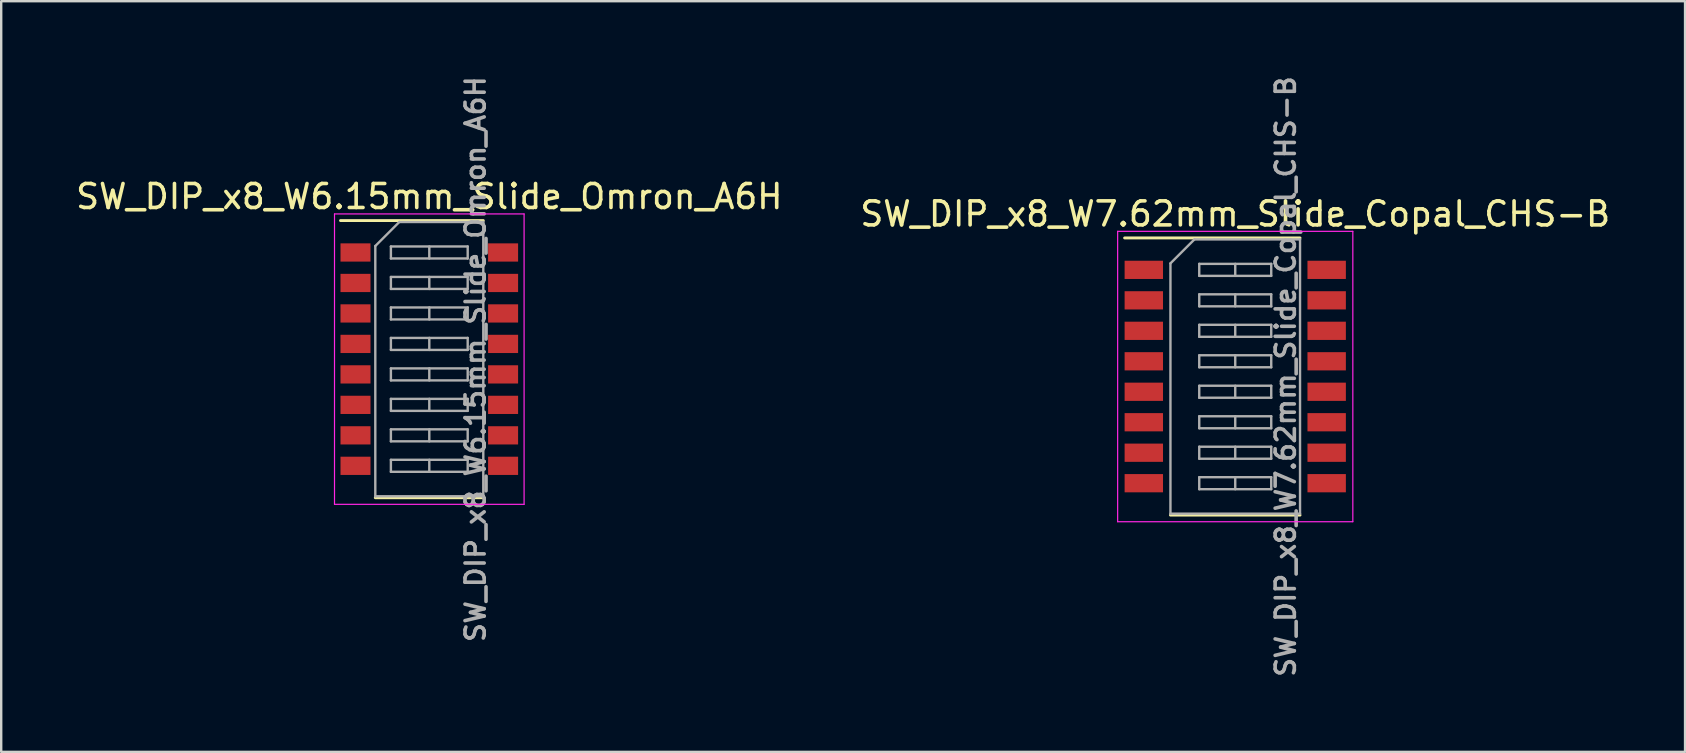
<source format=kicad_pcb>
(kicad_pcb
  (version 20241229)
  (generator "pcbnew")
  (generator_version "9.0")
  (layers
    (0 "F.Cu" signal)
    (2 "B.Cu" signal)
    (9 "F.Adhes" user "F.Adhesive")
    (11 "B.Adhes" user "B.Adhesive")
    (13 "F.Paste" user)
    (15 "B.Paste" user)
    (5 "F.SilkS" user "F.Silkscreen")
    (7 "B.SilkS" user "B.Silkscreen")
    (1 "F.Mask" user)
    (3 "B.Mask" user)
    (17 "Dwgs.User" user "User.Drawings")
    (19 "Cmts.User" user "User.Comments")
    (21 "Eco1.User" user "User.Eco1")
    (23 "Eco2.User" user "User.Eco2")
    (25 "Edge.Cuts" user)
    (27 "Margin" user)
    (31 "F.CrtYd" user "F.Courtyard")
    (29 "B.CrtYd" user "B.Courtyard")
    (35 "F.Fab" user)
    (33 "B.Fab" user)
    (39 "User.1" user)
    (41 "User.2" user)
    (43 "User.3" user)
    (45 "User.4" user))
  (footprint "SW_DIP_x8_W7.62mm_Slide_Copal_CHS-B"
    (layer "F.Cu")
    (at 48.423 12.64)
    (property "Reference" "SW_DIP_x8_W7.62mm_Slide_Copal_CHS-B" (at 0 -6.775 0) (layer "F.SilkS") (effects (font (size 1 1) (thickness 0.15))))
    (attr smd)
    (fp_line (start -4.61 -5.775) (end 2.7 -5.775) (stroke (width 0.12) (type solid)) (layer "F.SilkS"))
    (fp_line (start -2.7 5.775) (end 2.7 5.775) (stroke (width 0.12) (type solid)) (layer "F.SilkS"))
    (fp_line (start -4.9 -6.05) (end -4.9 6.05) (stroke (width 0.05) (type solid)) (layer "F.CrtYd"))
    (fp_line (start -4.9 6.05) (end 4.9 6.05) (stroke (width 0.05) (type solid)) (layer "F.CrtYd"))
    (fp_line (start 4.9 -6.05) (end -4.9 -6.05) (stroke (width 0.05) (type solid)) (layer "F.CrtYd"))
    (fp_line (start 4.9 6.05) (end 4.9 -6.05) (stroke (width 0.05) (type solid)) (layer "F.CrtYd"))
    (fp_line (start -2.7 -4.715) (end -1.7 -5.715) (stroke (width 0.1) (type solid)) (layer "F.Fab"))
    (fp_line (start -2.7 5.715) (end -2.7 -4.715) (stroke (width 0.1) (type solid)) (layer "F.Fab"))
    (fp_line (start -1.7 -5.715) (end 2.7 -5.715) (stroke (width 0.1) (type solid)) (layer "F.Fab"))
    (fp_line (start -1.5 -4.695) (end -1.5 -4.195) (stroke (width 0.1) (type solid)) (layer "F.Fab"))
    (fp_line (start -1.5 -4.195) (end 1.5 -4.195) (stroke (width 0.1) (type solid)) (layer "F.Fab"))
    (fp_line (start -1.5 -3.425) (end -1.5 -2.925) (stroke (width 0.1) (type solid)) (layer "F.Fab"))
    (fp_line (start -1.5 -2.925) (end 1.5 -2.925) (stroke (width 0.1) (type solid)) (layer "F.Fab"))
    (fp_line (start -1.5 -2.155) (end -1.5 -1.655) (stroke (width 0.1) (type solid)) (layer "F.Fab"))
    (fp_line (start -1.5 -1.655) (end 1.5 -1.655) (stroke (width 0.1) (type solid)) (layer "F.Fab"))
    (fp_line (start -1.5 -0.885) (end -1.5 -0.385) (stroke (width 0.1) (type solid)) (layer "F.Fab"))
    (fp_line (start -1.5 -0.385) (end 1.5 -0.385) (stroke (width 0.1) (type solid)) (layer "F.Fab"))
    (fp_line (start -1.5 0.385) (end -1.5 0.885) (stroke (width 0.1) (type solid)) (layer "F.Fab"))
    (fp_line (start -1.5 0.885) (end 1.5 0.885) (stroke (width 0.1) (type solid)) (layer "F.Fab"))
    (fp_line (start -1.5 1.655) (end -1.5 2.155) (stroke (width 0.1) (type solid)) (layer "F.Fab"))
    (fp_line (start -1.5 2.155) (end 1.5 2.155) (stroke (width 0.1) (type solid)) (layer "F.Fab"))
    (fp_line (start -1.5 2.925) (end -1.5 3.425) (stroke (width 0.1) (type solid)) (layer "F.Fab"))
    (fp_line (start -1.5 3.425) (end 1.5 3.425) (stroke (width 0.1) (type solid)) (layer "F.Fab"))
    (fp_line (start -1.5 4.195) (end -1.5 4.695) (stroke (width 0.1) (type solid)) (layer "F.Fab"))
    (fp_line (start -1.5 4.695) (end 1.5 4.695) (stroke (width 0.1) (type solid)) (layer "F.Fab"))
    (fp_line (start 0 -4.695) (end 0 -4.195) (stroke (width 0.1) (type solid)) (layer "F.Fab"))
    (fp_line (start 0 -3.425) (end 0 -2.925) (stroke (width 0.1) (type solid)) (layer "F.Fab"))
    (fp_line (start 0 -2.155) (end 0 -1.655) (stroke (width 0.1) (type solid)) (layer "F.Fab"))
    (fp_line (start 0 -0.885) (end 0 -0.385) (stroke (width 0.1) (type solid)) (layer "F.Fab"))
    (fp_line (start 0 0.385) (end 0 0.885) (stroke (width 0.1) (type solid)) (layer "F.Fab"))
    (fp_line (start 0 1.655) (end 0 2.155) (stroke (width 0.1) (type solid)) (layer "F.Fab"))
    (fp_line (start 0 2.925) (end 0 3.425) (stroke (width 0.1) (type solid)) (layer "F.Fab"))
    (fp_line (start 0 4.195) (end 0 4.695) (stroke (width 0.1) (type solid)) (layer "F.Fab"))
    (fp_line (start 1.5 -4.695) (end -1.5 -4.695) (stroke (width 0.1) (type solid)) (layer "F.Fab"))
    (fp_line (start 1.5 -4.195) (end 1.5 -4.695) (stroke (width 0.1) (type solid)) (layer "F.Fab"))
    (fp_line (start 1.5 -3.425) (end -1.5 -3.425) (stroke (width 0.1) (type solid)) (layer "F.Fab"))
    (fp_line (start 1.5 -2.925) (end 1.5 -3.425) (stroke (width 0.1) (type solid)) (layer "F.Fab"))
    (fp_line (start 1.5 -2.155) (end -1.5 -2.155) (stroke (width 0.1) (type solid)) (layer "F.Fab"))
    (fp_line (start 1.5 -1.655) (end 1.5 -2.155) (stroke (width 0.1) (type solid)) (layer "F.Fab"))
    (fp_line (start 1.5 -0.885) (end -1.5 -0.885) (stroke (width 0.1) (type solid)) (layer "F.Fab"))
    (fp_line (start 1.5 -0.385) (end 1.5 -0.885) (stroke (width 0.1) (type solid)) (layer "F.Fab"))
    (fp_line (start 1.5 0.385) (end -1.5 0.385) (stroke (width 0.1) (type solid)) (layer "F.Fab"))
    (fp_line (start 1.5 0.885) (end 1.5 0.385) (stroke (width 0.1) (type solid)) (layer "F.Fab"))
    (fp_line (start 1.5 1.655) (end -1.5 1.655) (stroke (width 0.1) (type solid)) (layer "F.Fab"))
    (fp_line (start 1.5 2.155) (end 1.5 1.655) (stroke (width 0.1) (type solid)) (layer "F.Fab"))
    (fp_line (start 1.5 2.925) (end -1.5 2.925) (stroke (width 0.1) (type solid)) (layer "F.Fab"))
    (fp_line (start 1.5 3.425) (end 1.5 2.925) (stroke (width 0.1) (type solid)) (layer "F.Fab"))
    (fp_line (start 1.5 4.195) (end -1.5 4.195) (stroke (width 0.1) (type solid)) (layer "F.Fab"))
    (fp_line (start 1.5 4.695) (end 1.5 4.195) (stroke (width 0.1) (type solid)) (layer "F.Fab"))
    (fp_line (start 2.7 -5.715) (end 2.7 5.715) (stroke (width 0.1) (type solid)) (layer "F.Fab"))
    (fp_line (start 2.7 5.715) (end -2.7 5.715) (stroke (width 0.1) (type solid)) (layer "F.Fab"))
    (fp_text user "${REFERENCE}" (at 2.1 0 90) (layer "F.Fab") (effects (font (size 0.8 0.8) (thickness 0.15))))
    (pad "1" smd rect (at -3.81 -4.445) (size 1.6 0.76) (layers "F.Cu" "F.Mask" "F.Paste"))
    (pad "2" smd rect (at -3.81 -3.175) (size 1.6 0.76) (layers "F.Cu" "F.Mask" "F.Paste"))
    (pad "3" smd rect (at -3.81 -1.905) (size 1.6 0.76) (layers "F.Cu" "F.Mask" "F.Paste"))
    (pad "4" smd rect (at -3.81 -0.635) (size 1.6 0.76) (layers "F.Cu" "F.Mask" "F.Paste"))
    (pad "5" smd rect (at -3.81 0.635) (size 1.6 0.76) (layers "F.Cu" "F.Mask" "F.Paste"))
    (pad "6" smd rect (at -3.81 1.905) (size 1.6 0.76) (layers "F.Cu" "F.Mask" "F.Paste"))
    (pad "7" smd rect (at -3.81 3.175) (size 1.6 0.76) (layers "F.Cu" "F.Mask" "F.Paste"))
    (pad "8" smd rect (at -3.81 4.445) (size 1.6 0.76) (layers "F.Cu" "F.Mask" "F.Paste"))
    (pad "9" smd rect (at 3.81 4.445) (size 1.6 0.76) (layers "F.Cu" "F.Mask" "F.Paste"))
    (pad "10" smd rect (at 3.81 3.175) (size 1.6 0.76) (layers "F.Cu" "F.Mask" "F.Paste"))
    (pad "11" smd rect (at 3.81 1.905) (size 1.6 0.76) (layers "F.Cu" "F.Mask" "F.Paste"))
    (pad "12" smd rect (at 3.81 0.635) (size 1.6 0.76) (layers "F.Cu" "F.Mask" "F.Paste"))
    (pad "13" smd rect (at 3.81 -0.635) (size 1.6 0.76) (layers "F.Cu" "F.Mask" "F.Paste"))
    (pad "14" smd rect (at 3.81 -1.905) (size 1.6 0.76) (layers "F.Cu" "F.Mask" "F.Paste"))
    (pad "15" smd rect (at 3.81 -3.175) (size 1.6 0.76) (layers "F.Cu" "F.Mask" "F.Paste"))
    (pad "16" smd rect (at 3.81 -4.445) (size 1.6 0.76) (layers "F.Cu" "F.Mask" "F.Paste")))
  (footprint "SW_DIP_x8_W6.15mm_Slide_Omron_A6H"
    (layer "F.Cu")
    (at 14.839 11.916)
    (property "Reference" "SW_DIP_x8_W6.15mm_Slide_Omron_A6H" (at 0 -6.775 0) (layer "F.SilkS") (effects (font (size 1 1) (thickness 0.15))))
    (attr smd)
    (fp_line (start -3.7 -5.775) (end 2.25 -5.775) (stroke (width 0.12) (type solid)) (layer "F.SilkS"))
    (fp_line (start -2.25 5.775) (end 2.25 5.775) (stroke (width 0.12) (type solid)) (layer "F.SilkS"))
    (fp_line (start -3.95 -6.05) (end -3.95 6.05) (stroke (width 0.05) (type solid)) (layer "F.CrtYd"))
    (fp_line (start -3.95 6.05) (end 3.95 6.05) (stroke (width 0.05) (type solid)) (layer "F.CrtYd"))
    (fp_line (start 3.95 -6.05) (end -3.95 -6.05) (stroke (width 0.05) (type solid)) (layer "F.CrtYd"))
    (fp_line (start 3.95 6.05) (end 3.95 -6.05) (stroke (width 0.05) (type solid)) (layer "F.CrtYd"))
    (fp_line (start -2.25 -4.715) (end -1.25 -5.715) (stroke (width 0.1) (type solid)) (layer "F.Fab"))
    (fp_line (start -2.25 5.715) (end -2.25 -4.715) (stroke (width 0.1) (type solid)) (layer "F.Fab"))
    (fp_line (start -1.6 -4.695) (end -1.6 -4.195) (stroke (width 0.1) (type solid)) (layer "F.Fab"))
    (fp_line (start -1.6 -4.195) (end 1.6 -4.195) (stroke (width 0.1) (type solid)) (layer "F.Fab"))
    (fp_line (start -1.6 -3.425) (end -1.6 -2.925) (stroke (width 0.1) (type solid)) (layer "F.Fab"))
    (fp_line (start -1.6 -2.925) (end 1.6 -2.925) (stroke (width 0.1) (type solid)) (layer "F.Fab"))
    (fp_line (start -1.6 -2.155) (end -1.6 -1.655) (stroke (width 0.1) (type solid)) (layer "F.Fab"))
    (fp_line (start -1.6 -1.655) (end 1.6 -1.655) (stroke (width 0.1) (type solid)) (layer "F.Fab"))
    (fp_line (start -1.6 -0.885) (end -1.6 -0.385) (stroke (width 0.1) (type solid)) (layer "F.Fab"))
    (fp_line (start -1.6 -0.385) (end 1.6 -0.385) (stroke (width 0.1) (type solid)) (layer "F.Fab"))
    (fp_line (start -1.6 0.385) (end -1.6 0.885) (stroke (width 0.1) (type solid)) (layer "F.Fab"))
    (fp_line (start -1.6 0.885) (end 1.6 0.885) (stroke (width 0.1) (type solid)) (layer "F.Fab"))
    (fp_line (start -1.6 1.655) (end -1.6 2.155) (stroke (width 0.1) (type solid)) (layer "F.Fab"))
    (fp_line (start -1.6 2.155) (end 1.6 2.155) (stroke (width 0.1) (type solid)) (layer "F.Fab"))
    (fp_line (start -1.6 2.925) (end -1.6 3.425) (stroke (width 0.1) (type solid)) (layer "F.Fab"))
    (fp_line (start -1.6 3.425) (end 1.6 3.425) (stroke (width 0.1) (type solid)) (layer "F.Fab"))
    (fp_line (start -1.6 4.195) (end -1.6 4.695) (stroke (width 0.1) (type solid)) (layer "F.Fab"))
    (fp_line (start -1.6 4.695) (end 1.6 4.695) (stroke (width 0.1) (type solid)) (layer "F.Fab"))
    (fp_line (start -1.25 -5.715) (end 2.25 -5.715) (stroke (width 0.1) (type solid)) (layer "F.Fab"))
    (fp_line (start 0 -4.695) (end 0 -4.195) (stroke (width 0.1) (type solid)) (layer "F.Fab"))
    (fp_line (start 0 -3.425) (end 0 -2.925) (stroke (width 0.1) (type solid)) (layer "F.Fab"))
    (fp_line (start 0 -2.155) (end 0 -1.655) (stroke (width 0.1) (type solid)) (layer "F.Fab"))
    (fp_line (start 0 -0.885) (end 0 -0.385) (stroke (width 0.1) (type solid)) (layer "F.Fab"))
    (fp_line (start 0 0.385) (end 0 0.885) (stroke (width 0.1) (type solid)) (layer "F.Fab"))
    (fp_line (start 0 1.655) (end 0 2.155) (stroke (width 0.1) (type solid)) (layer "F.Fab"))
    (fp_line (start 0 2.925) (end 0 3.425) (stroke (width 0.1) (type solid)) (layer "F.Fab"))
    (fp_line (start 0 4.195) (end 0 4.695) (stroke (width 0.1) (type solid)) (layer "F.Fab"))
    (fp_line (start 1.6 -4.695) (end -1.6 -4.695) (stroke (width 0.1) (type solid)) (layer "F.Fab"))
    (fp_line (start 1.6 -4.195) (end 1.6 -4.695) (stroke (width 0.1) (type solid)) (layer "F.Fab"))
    (fp_line (start 1.6 -3.425) (end -1.6 -3.425) (stroke (width 0.1) (type solid)) (layer "F.Fab"))
    (fp_line (start 1.6 -2.925) (end 1.6 -3.425) (stroke (width 0.1) (type solid)) (layer "F.Fab"))
    (fp_line (start 1.6 -2.155) (end -1.6 -2.155) (stroke (width 0.1) (type solid)) (layer "F.Fab"))
    (fp_line (start 1.6 -1.655) (end 1.6 -2.155) (stroke (width 0.1) (type solid)) (layer "F.Fab"))
    (fp_line (start 1.6 -0.885) (end -1.6 -0.885) (stroke (width 0.1) (type solid)) (layer "F.Fab"))
    (fp_line (start 1.6 -0.385) (end 1.6 -0.885) (stroke (width 0.1) (type solid)) (layer "F.Fab"))
    (fp_line (start 1.6 0.385) (end -1.6 0.385) (stroke (width 0.1) (type solid)) (layer "F.Fab"))
    (fp_line (start 1.6 0.885) (end 1.6 0.385) (stroke (width 0.1) (type solid)) (layer "F.Fab"))
    (fp_line (start 1.6 1.655) (end -1.6 1.655) (stroke (width 0.1) (type solid)) (layer "F.Fab"))
    (fp_line (start 1.6 2.155) (end 1.6 1.655) (stroke (width 0.1) (type solid)) (layer "F.Fab"))
    (fp_line (start 1.6 2.925) (end -1.6 2.925) (stroke (width 0.1) (type solid)) (layer "F.Fab"))
    (fp_line (start 1.6 3.425) (end 1.6 2.925) (stroke (width 0.1) (type solid)) (layer "F.Fab"))
    (fp_line (start 1.6 4.195) (end -1.6 4.195) (stroke (width 0.1) (type solid)) (layer "F.Fab"))
    (fp_line (start 1.6 4.695) (end 1.6 4.195) (stroke (width 0.1) (type solid)) (layer "F.Fab"))
    (fp_line (start 2.25 -5.715) (end 2.25 5.715) (stroke (width 0.1) (type solid)) (layer "F.Fab"))
    (fp_line (start 2.25 5.715) (end -2.25 5.715) (stroke (width 0.1) (type solid)) (layer "F.Fab"))
    (fp_text user "${REFERENCE}" (at 1.925 0 90) (layer "F.Fab") (effects (font (size 0.8 0.8) (thickness 0.15))))
    (pad "1" smd rect (at -3.075 -4.445) (size 1.25 0.76) (layers "F.Cu" "F.Mask" "F.Paste"))
    (pad "2" smd rect (at -3.075 -3.175) (size 1.25 0.76) (layers "F.Cu" "F.Mask" "F.Paste"))
    (pad "3" smd rect (at -3.075 -1.905) (size 1.25 0.76) (layers "F.Cu" "F.Mask" "F.Paste"))
    (pad "4" smd rect (at -3.075 -0.635) (size 1.25 0.76) (layers "F.Cu" "F.Mask" "F.Paste"))
    (pad "5" smd rect (at -3.075 0.635) (size 1.25 0.76) (layers "F.Cu" "F.Mask" "F.Paste"))
    (pad "6" smd rect (at -3.075 1.905) (size 1.25 0.76) (layers "F.Cu" "F.Mask" "F.Paste"))
    (pad "7" smd rect (at -3.075 3.175) (size 1.25 0.76) (layers "F.Cu" "F.Mask" "F.Paste"))
    (pad "8" smd rect (at -3.075 4.445) (size 1.25 0.76) (layers "F.Cu" "F.Mask" "F.Paste"))
    (pad "9" smd rect (at 3.075 4.445) (size 1.25 0.76) (layers "F.Cu" "F.Mask" "F.Paste"))
    (pad "10" smd rect (at 3.075 3.175) (size 1.25 0.76) (layers "F.Cu" "F.Mask" "F.Paste"))
    (pad "11" smd rect (at 3.075 1.905) (size 1.25 0.76) (layers "F.Cu" "F.Mask" "F.Paste"))
    (pad "12" smd rect (at 3.075 0.635) (size 1.25 0.76) (layers "F.Cu" "F.Mask" "F.Paste"))
    (pad "13" smd rect (at 3.075 -0.635) (size 1.25 0.76) (layers "F.Cu" "F.Mask" "F.Paste"))
    (pad "14" smd rect (at 3.075 -1.905) (size 1.25 0.76) (layers "F.Cu" "F.Mask" "F.Paste"))
    (pad "15" smd rect (at 3.075 -3.175) (size 1.25 0.76) (layers "F.Cu" "F.Mask" "F.Paste"))
    (pad "16" smd rect (at 3.075 -4.445) (size 1.25 0.76) (layers "F.Cu" "F.Mask" "F.Paste")))
  (gr_rect
    (start -3 -3)
    (end 67.167 28.28)
    (stroke (width 0.1) (type default))
    (fill no)
    (layer "Edge.Cuts")))
</source>
